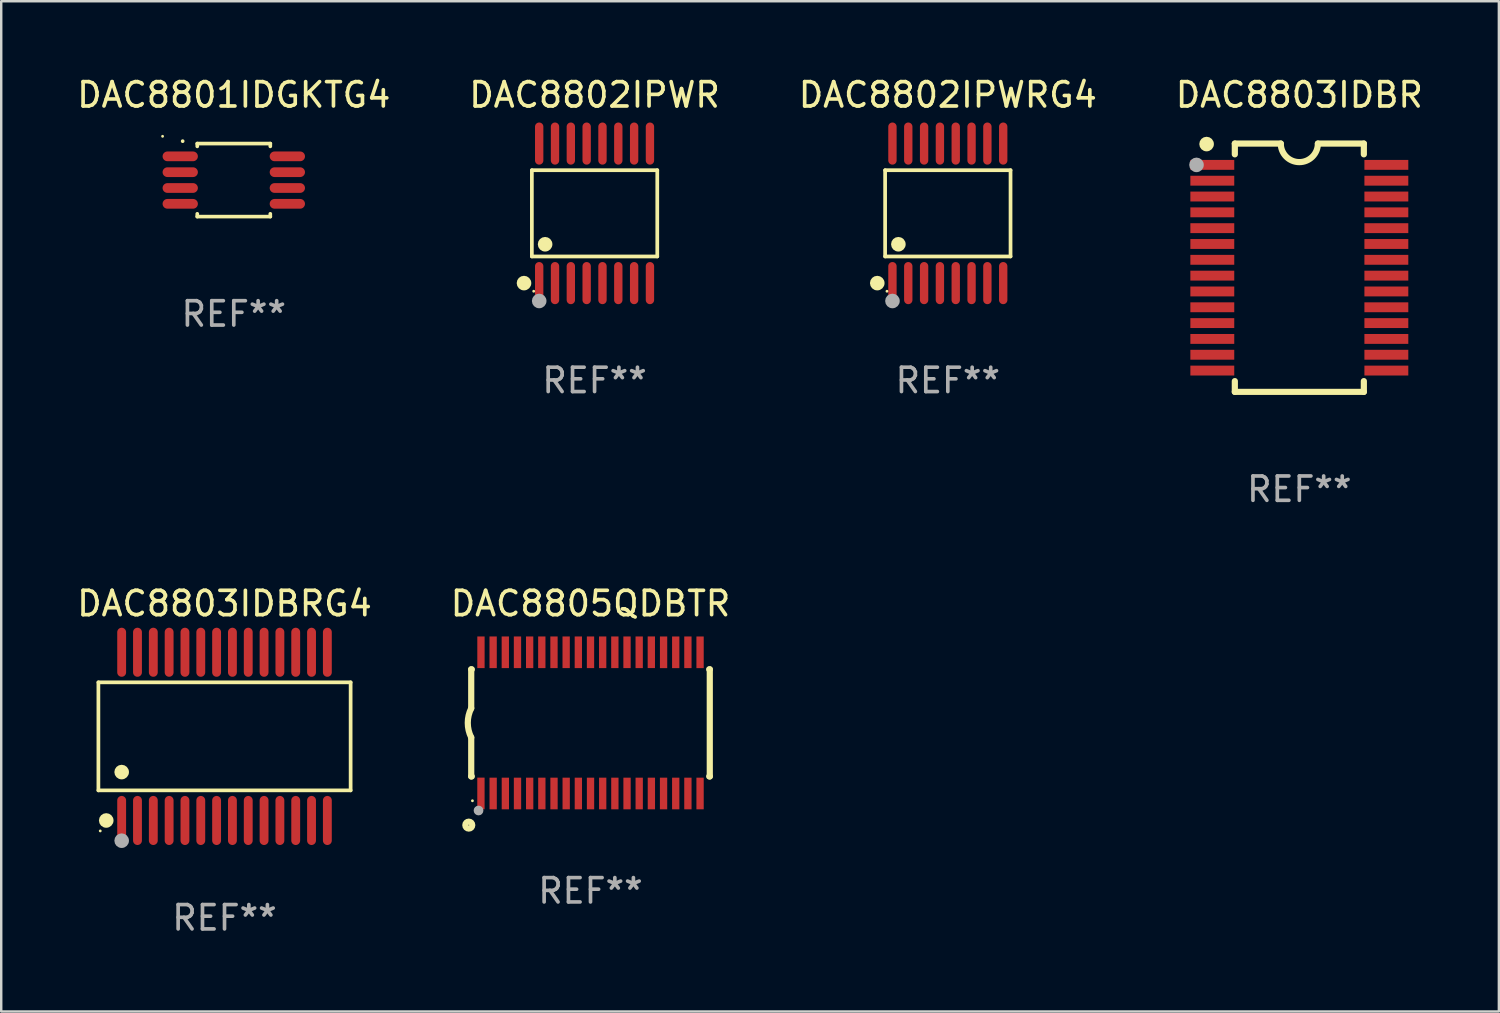
<source format=kicad_pcb>
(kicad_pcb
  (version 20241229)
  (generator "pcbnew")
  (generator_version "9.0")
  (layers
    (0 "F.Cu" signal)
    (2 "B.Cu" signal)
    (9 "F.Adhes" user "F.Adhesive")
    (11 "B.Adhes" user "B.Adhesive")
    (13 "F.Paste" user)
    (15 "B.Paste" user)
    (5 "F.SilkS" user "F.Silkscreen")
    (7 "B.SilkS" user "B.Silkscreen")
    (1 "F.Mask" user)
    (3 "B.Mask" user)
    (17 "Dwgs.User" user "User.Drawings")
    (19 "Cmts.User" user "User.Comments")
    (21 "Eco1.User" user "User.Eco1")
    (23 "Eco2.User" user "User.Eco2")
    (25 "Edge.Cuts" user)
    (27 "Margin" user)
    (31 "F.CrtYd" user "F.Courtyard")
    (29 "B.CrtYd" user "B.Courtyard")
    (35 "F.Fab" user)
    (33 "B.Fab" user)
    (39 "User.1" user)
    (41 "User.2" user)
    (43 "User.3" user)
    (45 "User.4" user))
  (footprint "DAC8803IDBR"
    (layer "F.Cu")
    (at 50.327 7.948)
    (property "Reference" "DAC8803IDBR" (at 0 -7.1 0) (layer "F.SilkS") (effects (font (size 1 1) (thickness 0.15))))
    (attr through_hole)
    (fp_line (start -2.65 -5.1) (end -0.762 -5.1) (stroke (width 0.254) (type solid)) (layer "F.SilkS"))
    (fp_line (start -2.65 -4.658) (end -2.65 -5.1) (stroke (width 0.254) (type solid)) (layer "F.SilkS"))
    (fp_line (start -2.65 5.1) (end -2.65 4.658) (stroke (width 0.254) (type solid)) (layer "F.SilkS"))
    (fp_line (start -2.65 5.1) (end 2.65 5.1) (stroke (width 0.254) (type solid)) (layer "F.SilkS"))
    (fp_line (start 2.65 -5.1) (end 0.762 -5.1) (stroke (width 0.254) (type solid)) (layer "F.SilkS"))
    (fp_line (start 2.65 -5.1) (end 2.65 -4.658) (stroke (width 0.254) (type solid)) (layer "F.SilkS"))
    (fp_line (start 2.65 4.658) (end 2.65 5.1) (stroke (width 0.254) (type solid)) (layer "F.SilkS"))
    (fp_arc (start 0.761925 -5.1) (mid -0.000241 -4.338329) (end -0.762077 -5.10033) (stroke (width 0.254001) (type solid)) (layer "F.SilkS"))
    (fp_circle (center -3.858 -5.07) (end -3.828 -5.07) (stroke (width 0.06) (type solid)) (fill no) (layer "F.SilkS"))
    (fp_circle (center -3.81 -5.08) (end -3.66 -5.08) (stroke (width 0.3) (type solid)) (fill no) (layer "F.SilkS"))
    (fp_circle (center -4.225 -4.225) (end -4.075 -4.225) (stroke (width 0.3) (type solid)) (fill no) (layer "F.Fab"))
    (fp_text user "REF**" (at 0 9.1 0) (layer "F.Fab") (effects (font (size 1 1) (thickness 0.15))))
    (pad "1" smd rect (at -3.575 -4.225) (size 1.803 0.406) (layers "F.Cu" "F.Mask" "F.Paste"))
    (pad "2" smd rect (at -3.575 -3.575) (size 1.803 0.406) (layers "F.Cu" "F.Mask" "F.Paste"))
    (pad "3" smd rect (at -3.575 -2.925) (size 1.803 0.406) (layers "F.Cu" "F.Mask" "F.Paste"))
    (pad "4" smd rect (at -3.575 -2.275) (size 1.803 0.406) (layers "F.Cu" "F.Mask" "F.Paste"))
    (pad "5" smd rect (at -3.575 -1.625) (size 1.803 0.406) (layers "F.Cu" "F.Mask" "F.Paste"))
    (pad "6" smd rect (at -3.575 -0.975) (size 1.803 0.406) (layers "F.Cu" "F.Mask" "F.Paste"))
    (pad "7" smd rect (at -3.575 -0.325) (size 1.803 0.406) (layers "F.Cu" "F.Mask" "F.Paste"))
    (pad "8" smd rect (at -3.575 0.325) (size 1.803 0.406) (layers "F.Cu" "F.Mask" "F.Paste"))
    (pad "9" smd rect (at -3.575 0.975) (size 1.803 0.406) (layers "F.Cu" "F.Mask" "F.Paste"))
    (pad "10" smd rect (at -3.575 1.625) (size 1.803 0.406) (layers "F.Cu" "F.Mask" "F.Paste"))
    (pad "11" smd rect (at -3.575 2.275) (size 1.803 0.406) (layers "F.Cu" "F.Mask" "F.Paste"))
    (pad "12" smd rect (at -3.575 2.925) (size 1.803 0.406) (layers "F.Cu" "F.Mask" "F.Paste"))
    (pad "13" smd rect (at -3.575 3.575) (size 1.803 0.406) (layers "F.Cu" "F.Mask" "F.Paste"))
    (pad "14" smd rect (at -3.575 4.225) (size 1.803 0.406) (layers "F.Cu" "F.Mask" "F.Paste"))
    (pad "15" smd rect (at 3.575 4.225) (size 1.803 0.406) (layers "F.Cu" "F.Mask" "F.Paste"))
    (pad "16" smd rect (at 3.575 3.575) (size 1.803 0.406) (layers "F.Cu" "F.Mask" "F.Paste"))
    (pad "17" smd rect (at 3.575 2.925) (size 1.803 0.406) (layers "F.Cu" "F.Mask" "F.Paste"))
    (pad "18" smd rect (at 3.575 2.275) (size 1.803 0.406) (layers "F.Cu" "F.Mask" "F.Paste"))
    (pad "19" smd rect (at 3.575 1.625) (size 1.803 0.406) (layers "F.Cu" "F.Mask" "F.Paste"))
    (pad "20" smd rect (at 3.575 0.975) (size 1.803 0.406) (layers "F.Cu" "F.Mask" "F.Paste"))
    (pad "21" smd rect (at 3.575 0.325) (size 1.803 0.406) (layers "F.Cu" "F.Mask" "F.Paste"))
    (pad "22" smd rect (at 3.575 -0.325) (size 1.803 0.406) (layers "F.Cu" "F.Mask" "F.Paste"))
    (pad "23" smd rect (at 3.575 -0.975) (size 1.803 0.406) (layers "F.Cu" "F.Mask" "F.Paste"))
    (pad "24" smd rect (at 3.575 -1.625) (size 1.803 0.406) (layers "F.Cu" "F.Mask" "F.Paste"))
    (pad "25" smd rect (at 3.575 -2.275) (size 1.803 0.406) (layers "F.Cu" "F.Mask" "F.Paste"))
    (pad "26" smd rect (at 3.575 -2.925) (size 1.803 0.406) (layers "F.Cu" "F.Mask" "F.Paste"))
    (pad "27" smd rect (at 3.575 -3.575) (size 1.803 0.406) (layers "F.Cu" "F.Mask" "F.Paste"))
    (pad "28" smd rect (at 3.575 -4.225) (size 1.803 0.406) (layers "F.Cu" "F.Mask" "F.Paste")))
  (footprint "DAC8802IPWRG4"
    (layer "F.Cu")
    (at 35.887 5.714)
    (property "Reference" "DAC8802IPWRG4" (at 0 -4.866 0) (layer "F.SilkS") (effects (font (size 1 1) (thickness 0.15))))
    (attr through_hole)
    (fp_line (start -2.576 -1.772) (end 2.576 -1.772) (stroke (width 0.152) (type solid)) (layer "F.SilkS"))
    (fp_line (start -2.576 1.771) (end -2.576 -1.772) (stroke (width 0.152) (type solid)) (layer "F.SilkS"))
    (fp_line (start 2.576 -1.772) (end 2.576 1.771) (stroke (width 0.152) (type solid)) (layer "F.SilkS"))
    (fp_line (start 2.576 1.771) (end -2.576 1.771) (stroke (width 0.152) (type solid)) (layer "F.SilkS"))
    (fp_circle (center -2.899 2.866) (end -2.749 2.866) (stroke (width 0.3) (type solid)) (fill no) (layer "F.SilkS"))
    (fp_circle (center -2.5 3.2) (end -2.47 3.2) (stroke (width 0.06) (type solid)) (fill no) (layer "F.SilkS"))
    (fp_circle (center -2.032 1.27) (end -1.882 1.27) (stroke (width 0.3) (type solid)) (fill no) (layer "F.SilkS"))
    (fp_circle (center -2.275 3.6) (end -2.125 3.6) (stroke (width 0.3) (type solid)) (fill no) (layer "F.Fab"))
    (fp_text user "REF**" (at 0 6.866 0) (layer "F.Fab") (effects (font (size 1 1) (thickness 0.15))))
    (pad "1" smd oval (at -2.275 2.866) (size 0.343 1.731) (layers "F.Cu" "F.Mask" "F.Paste"))
    (pad "2" smd oval (at -1.625 2.866) (size 0.343 1.731) (layers "F.Cu" "F.Mask" "F.Paste"))
    (pad "3" smd oval (at -0.975 2.866) (size 0.343 1.731) (layers "F.Cu" "F.Mask" "F.Paste"))
    (pad "4" smd oval (at -0.325 2.866) (size 0.343 1.731) (layers "F.Cu" "F.Mask" "F.Paste"))
    (pad "5" smd oval (at 0.325 2.866) (size 0.343 1.731) (layers "F.Cu" "F.Mask" "F.Paste"))
    (pad "6" smd oval (at 0.975 2.866) (size 0.343 1.731) (layers "F.Cu" "F.Mask" "F.Paste"))
    (pad "7" smd oval (at 1.625 2.866) (size 0.343 1.731) (layers "F.Cu" "F.Mask" "F.Paste"))
    (pad "8" smd oval (at 2.275 2.866) (size 0.343 1.731) (layers "F.Cu" "F.Mask" "F.Paste"))
    (pad "9" smd oval (at 2.275 -2.866) (size 0.343 1.731) (layers "F.Cu" "F.Mask" "F.Paste"))
    (pad "10" smd oval (at 1.625 -2.866) (size 0.343 1.731) (layers "F.Cu" "F.Mask" "F.Paste"))
    (pad "11" smd oval (at 0.975 -2.866) (size 0.343 1.731) (layers "F.Cu" "F.Mask" "F.Paste"))
    (pad "12" smd oval (at 0.325 -2.866) (size 0.343 1.731) (layers "F.Cu" "F.Mask" "F.Paste"))
    (pad "13" smd oval (at -0.325 -2.866) (size 0.343 1.731) (layers "F.Cu" "F.Mask" "F.Paste"))
    (pad "14" smd oval (at -0.975 -2.866) (size 0.343 1.731) (layers "F.Cu" "F.Mask" "F.Paste"))
    (pad "15" smd oval (at -1.625 -2.866) (size 0.343 1.731) (layers "F.Cu" "F.Mask" "F.Paste"))
    (pad "16" smd oval (at -2.275 -2.866) (size 0.343 1.731) (layers "F.Cu" "F.Mask" "F.Paste")))
  (footprint "DAC8802IPWR"
    (layer "F.Cu")
    (at 21.375 5.714)
    (property "Reference" "DAC8802IPWR" (at 0 -4.866 0) (layer "F.SilkS") (effects (font (size 1 1) (thickness 0.15))))
    (attr through_hole)
    (fp_line (start -2.576 -1.772) (end 2.576 -1.772) (stroke (width 0.152) (type solid)) (layer "F.SilkS"))
    (fp_line (start -2.576 1.771) (end -2.576 -1.772) (stroke (width 0.152) (type solid)) (layer "F.SilkS"))
    (fp_line (start 2.576 -1.772) (end 2.576 1.771) (stroke (width 0.152) (type solid)) (layer "F.SilkS"))
    (fp_line (start 2.576 1.771) (end -2.576 1.771) (stroke (width 0.152) (type solid)) (layer "F.SilkS"))
    (fp_circle (center -2.899 2.866) (end -2.749 2.866) (stroke (width 0.3) (type solid)) (fill no) (layer "F.SilkS"))
    (fp_circle (center -2.5 3.2) (end -2.47 3.2) (stroke (width 0.06) (type solid)) (fill no) (layer "F.SilkS"))
    (fp_circle (center -2.032 1.27) (end -1.882 1.27) (stroke (width 0.3) (type solid)) (fill no) (layer "F.SilkS"))
    (fp_circle (center -2.275 3.6) (end -2.125 3.6) (stroke (width 0.3) (type solid)) (fill no) (layer "F.Fab"))
    (fp_text user "REF**" (at 0 6.866 0) (layer "F.Fab") (effects (font (size 1 1) (thickness 0.15))))
    (pad "1" smd oval (at -2.275 2.866) (size 0.343 1.731) (layers "F.Cu" "F.Mask" "F.Paste"))
    (pad "2" smd oval (at -1.625 2.866) (size 0.343 1.731) (layers "F.Cu" "F.Mask" "F.Paste"))
    (pad "3" smd oval (at -0.975 2.866) (size 0.343 1.731) (layers "F.Cu" "F.Mask" "F.Paste"))
    (pad "4" smd oval (at -0.325 2.866) (size 0.343 1.731) (layers "F.Cu" "F.Mask" "F.Paste"))
    (pad "5" smd oval (at 0.325 2.866) (size 0.343 1.731) (layers "F.Cu" "F.Mask" "F.Paste"))
    (pad "6" smd oval (at 0.975 2.866) (size 0.343 1.731) (layers "F.Cu" "F.Mask" "F.Paste"))
    (pad "7" smd oval (at 1.625 2.866) (size 0.343 1.731) (layers "F.Cu" "F.Mask" "F.Paste"))
    (pad "8" smd oval (at 2.275 2.866) (size 0.343 1.731) (layers "F.Cu" "F.Mask" "F.Paste"))
    (pad "9" smd oval (at 2.275 -2.866) (size 0.343 1.731) (layers "F.Cu" "F.Mask" "F.Paste"))
    (pad "10" smd oval (at 1.625 -2.866) (size 0.343 1.731) (layers "F.Cu" "F.Mask" "F.Paste"))
    (pad "11" smd oval (at 0.975 -2.866) (size 0.343 1.731) (layers "F.Cu" "F.Mask" "F.Paste"))
    (pad "12" smd oval (at 0.325 -2.866) (size 0.343 1.731) (layers "F.Cu" "F.Mask" "F.Paste"))
    (pad "13" smd oval (at -0.325 -2.866) (size 0.343 1.731) (layers "F.Cu" "F.Mask" "F.Paste"))
    (pad "14" smd oval (at -0.975 -2.866) (size 0.343 1.731) (layers "F.Cu" "F.Mask" "F.Paste"))
    (pad "15" smd oval (at -1.625 -2.866) (size 0.343 1.731) (layers "F.Cu" "F.Mask" "F.Paste"))
    (pad "16" smd oval (at -2.275 -2.866) (size 0.343 1.731) (layers "F.Cu" "F.Mask" "F.Paste")))
  (footprint "DAC8801IDGKTG4"
    (layer "F.Cu")
    (at 6.554 4.348)
    (property "Reference" "DAC8801IDGKTG4" (at 0 -3.5 0) (layer "F.SilkS") (effects (font (size 1 1) (thickness 0.15))))
    (attr through_hole)
    (fp_line (start -1.5 -1.5) (end 1.5 -1.5) (stroke (width 0.15) (type solid)) (layer "F.SilkS"))
    (fp_line (start -1.5 -1.385) (end -1.5 -1.5) (stroke (width 0.15) (type solid)) (layer "F.SilkS"))
    (fp_line (start -1.5 1.5) (end -1.5 1.385) (stroke (width 0.15) (type solid)) (layer "F.SilkS"))
    (fp_line (start 1.5 -1.5) (end 1.5 -1.385) (stroke (width 0.15) (type solid)) (layer "F.SilkS"))
    (fp_line (start 1.5 1.385) (end 1.5 1.5) (stroke (width 0.15) (type solid)) (layer "F.SilkS"))
    (fp_line (start 1.5 1.5) (end -1.5 1.5) (stroke (width 0.15) (type solid)) (layer "F.SilkS"))
    (fp_arc (start -2.1 -1.59746) (mid -2.100006 -1.59873) (end -2.1 -1.6) (stroke (width 0.150013) (type solid)) (layer "F.SilkS"))
    (fp_circle (center -2.925 -1.799) (end -2.895 -1.799) (stroke (width 0.06) (type solid)) (fill no) (layer "F.SilkS"))
    (fp_text user "REF**" (at 0 5.5 0) (layer "F.Fab") (effects (font (size 1 1) (thickness 0.15))))
    (pad "1" smd oval (at -2.2 -0.975 180) (size 1.45 0.4) (layers "F.Cu" "F.Mask" "F.Paste"))
    (pad "2" smd oval (at -2.2 -0.325 180) (size 1.45 0.4) (layers "F.Cu" "F.Mask" "F.Paste"))
    (pad "3" smd oval (at -2.2 0.325 180) (size 1.45 0.4) (layers "F.Cu" "F.Mask" "F.Paste"))
    (pad "4" smd oval (at -2.2 0.975 180) (size 1.45 0.4) (layers "F.Cu" "F.Mask" "F.Paste"))
    (pad "5" smd oval (at 2.2 0.975 180) (size 1.45 0.4) (layers "F.Cu" "F.Mask" "F.Paste"))
    (pad "6" smd oval (at 2.2 0.325 180) (size 1.45 0.4) (layers "F.Cu" "F.Mask" "F.Paste"))
    (pad "7" smd oval (at 2.2 -0.325 180) (size 1.45 0.4) (layers "F.Cu" "F.Mask" "F.Paste"))
    (pad "8" smd oval (at 2.2 -0.975 180) (size 1.45 0.4) (layers "F.Cu" "F.Mask" "F.Paste")))
  (footprint "DAC8805QDBTR"
    (layer "F.Cu")
    (at 21.208 26.646)
    (property "Reference" "DAC8805QDBTR" (at 0 -4.901 0) (layer "F.SilkS") (effects (font (size 1 1) (thickness 0.15))))
    (attr through_hole)
    (fp_line (start -4.9 -2.2) (end -4.9 -0.6) (stroke (width 0.254) (type solid)) (layer "F.SilkS"))
    (fp_line (start -4.9 -2.2) (end -4.876 -2.2) (stroke (width 0.254) (type solid)) (layer "F.SilkS"))
    (fp_line (start -4.9 2.2) (end -4.9 0.6) (stroke (width 0.254) (type solid)) (layer "F.SilkS"))
    (fp_line (start -4.9 2.2) (end -4.877 2.2) (stroke (width 0.254) (type solid)) (layer "F.SilkS"))
    (fp_line (start 4.876 -2.2) (end 4.9 -2.2) (stroke (width 0.254) (type solid)) (layer "F.SilkS"))
    (fp_line (start 4.877 2.2) (end 4.9 2.2) (stroke (width 0.254) (type solid)) (layer "F.SilkS"))
    (fp_line (start 4.9 -2.2) (end 4.9 2.2) (stroke (width 0.254) (type solid)) (layer "F.SilkS"))
    (fp_arc (start -4.900051 0.599822) (mid -5.041652 -0.000095) (end -4.9 -0.6) (stroke (width 0.254001) (type solid)) (layer "F.SilkS"))
    (fp_circle (center -5 4.2) (end -4.857 4.2) (stroke (width 0.254) (type solid)) (fill no) (layer "F.SilkS"))
    (fp_circle (center -4.85 3.2) (end -4.82 3.2) (stroke (width 0.06) (type solid)) (fill no) (layer "F.SilkS"))
    (fp_circle (center -4.6 3.6) (end -4.5 3.6) (stroke (width 0.2) (type solid)) (fill no) (layer "F.Fab"))
    (fp_text user "REF**" (at 0 6.901 0) (layer "F.Fab") (effects (font (size 1 1) (thickness 0.15))))
    (pad "1" smd rect (at -4.501 2.899 90) (size 1.3 0.3) (layers "F.Cu" "F.Mask" "F.Paste"))
    (pad "2" smd rect (at -3.999 2.901 90) (size 1.3 0.3) (layers "F.Cu" "F.Mask" "F.Paste"))
    (pad "3" smd rect (at -3.498 2.901 90) (size 1.3 0.3) (layers "F.Cu" "F.Mask" "F.Paste"))
    (pad "4" smd rect (at -2.999 2.901 90) (size 1.3 0.3) (layers "F.Cu" "F.Mask" "F.Paste"))
    (pad "5" smd rect (at -2.499 2.901 90) (size 1.3 0.3) (layers "F.Cu" "F.Mask" "F.Paste"))
    (pad "6" smd rect (at -1.999 2.901 90) (size 1.3 0.3) (layers "F.Cu" "F.Mask" "F.Paste"))
    (pad "7" smd rect (at -1.499 2.901 90) (size 1.3 0.3) (layers "F.Cu" "F.Mask" "F.Paste"))
    (pad "8" smd rect (at -0.999 2.901 90) (size 1.3 0.3) (layers "F.Cu" "F.Mask" "F.Paste"))
    (pad "9" smd rect (at -0.499 2.901 90) (size 1.3 0.3) (layers "F.Cu" "F.Mask" "F.Paste"))
    (pad "10" smd rect (at 0.001 2.901 90) (size 1.3 0.3) (layers "F.Cu" "F.Mask" "F.Paste"))
    (pad "11" smd rect (at 0.501 2.901 90) (size 1.3 0.3) (layers "F.Cu" "F.Mask" "F.Paste"))
    (pad "12" smd rect (at 1.001 2.901 90) (size 1.3 0.3) (layers "F.Cu" "F.Mask" "F.Paste"))
    (pad "13" smd rect (at 1.501 2.901 90) (size 1.3 0.3) (layers "F.Cu" "F.Mask" "F.Paste"))
    (pad "14" smd rect (at 2.001 2.901 90) (size 1.3 0.3) (layers "F.Cu" "F.Mask" "F.Paste"))
    (pad "15" smd rect (at 2.501 2.901 90) (size 1.3 0.3) (layers "F.Cu" "F.Mask" "F.Paste"))
    (pad "16" smd rect (at 3.001 2.901 90) (size 1.3 0.3) (layers "F.Cu" "F.Mask" "F.Paste"))
    (pad "17" smd rect (at 3.501 2.901 90) (size 1.3 0.3) (layers "F.Cu" "F.Mask" "F.Paste"))
    (pad "18" smd rect (at 4.001 2.901 90) (size 1.3 0.3) (layers "F.Cu" "F.Mask" "F.Paste"))
    (pad "19" smd rect (at 4.501 2.901 90) (size 1.3 0.3) (layers "F.Cu" "F.Mask" "F.Paste"))
    (pad "20" smd rect (at 4.501 -2.899 90) (size 1.3 0.3) (layers "F.Cu" "F.Mask" "F.Paste"))
    (pad "21" smd rect (at 4.001 -2.9 90) (size 1.3 0.3) (layers "F.Cu" "F.Mask" "F.Paste"))
    (pad "22" smd rect (at 3.501 -2.899 90) (size 1.3 0.3) (layers "F.Cu" "F.Mask" "F.Paste"))
    (pad "23" smd rect (at 3.002 -2.899 90) (size 1.3 0.3) (layers "F.Cu" "F.Mask" "F.Paste"))
    (pad "24" smd rect (at 2.499 -2.901 90) (size 1.3 0.3) (layers "F.Cu" "F.Mask" "F.Paste"))
    (pad "25" smd rect (at 2 -2.9 90) (size 1.3 0.3) (layers "F.Cu" "F.Mask" "F.Paste"))
    (pad "26" smd rect (at 1.5 -2.9 90) (size 1.3 0.3) (layers "F.Cu" "F.Mask" "F.Paste"))
    (pad "27" smd rect (at 1 -2.9 90) (size 1.3 0.3) (layers "F.Cu" "F.Mask" "F.Paste"))
    (pad "28" smd rect (at 0.5 -2.9 90) (size 1.3 0.3) (layers "F.Cu" "F.Mask" "F.Paste"))
    (pad "29" smd rect (at 0.000127 -2.9 90) (size 1.3 0.3) (layers "F.Cu" "F.Mask" "F.Paste"))
    (pad "30" smd rect (at -0.5 -2.9 90) (size 1.3 0.3) (layers "F.Cu" "F.Mask" "F.Paste"))
    (pad "31" smd rect (at -1 -2.9 90) (size 1.3 0.3) (layers "F.Cu" "F.Mask" "F.Paste"))
    (pad "32" smd rect (at -1.5 -2.9 90) (size 1.3 0.3) (layers "F.Cu" "F.Mask" "F.Paste"))
    (pad "33" smd rect (at -2 -2.9 90) (size 1.3 0.3) (layers "F.Cu" "F.Mask" "F.Paste"))
    (pad "34" smd rect (at -2.5 -2.9 90) (size 1.3 0.3) (layers "F.Cu" "F.Mask" "F.Paste"))
    (pad "35" smd rect (at -3 -2.9 90) (size 1.3 0.3) (layers "F.Cu" "F.Mask" "F.Paste"))
    (pad "36" smd rect (at -3.5 -2.9 90) (size 1.3 0.3) (layers "F.Cu" "F.Mask" "F.Paste"))
    (pad "37" smd rect (at -4 -2.9 90) (size 1.3 0.3) (layers "F.Cu" "F.Mask" "F.Paste"))
    (pad "38" smd rect (at -4.5 -2.9 90) (size 1.3 0.3) (layers "F.Cu" "F.Mask" "F.Paste")))
  (footprint "DAC8803IDBRG4"
    (layer "F.Cu")
    (at 6.173 27.2)
    (property "Reference" "DAC8803IDBRG4" (at 0 -5.455 0) (layer "F.SilkS") (effects (font (size 1 1) (thickness 0.15))))
    (attr through_hole)
    (fp_line (start -5.181 -2.219) (end 5.181 -2.219) (stroke (width 0.152) (type solid)) (layer "F.SilkS"))
    (fp_line (start -5.181 2.219) (end -5.181 -2.219) (stroke (width 0.152) (type solid)) (layer "F.SilkS"))
    (fp_line (start 5.181 -2.219) (end 5.181 2.219) (stroke (width 0.152) (type solid)) (layer "F.SilkS"))
    (fp_line (start 5.181 2.219) (end -5.181 2.219) (stroke (width 0.152) (type solid)) (layer "F.SilkS"))
    (fp_circle (center -5.105 3.885) (end -5.075 3.885) (stroke (width 0.06) (type solid)) (fill no) (layer "F.SilkS"))
    (fp_circle (center -4.859 3.455) (end -4.709 3.455) (stroke (width 0.3) (type solid)) (fill no) (layer "F.SilkS"))
    (fp_circle (center -4.225 1.467) (end -4.075 1.467) (stroke (width 0.3) (type solid)) (fill no) (layer "F.SilkS"))
    (fp_circle (center -4.225 4.285) (end -4.075 4.285) (stroke (width 0.3) (type solid)) (fill no) (layer "F.Fab"))
    (fp_text user "REF**" (at 0 7.455 0) (layer "F.Fab") (effects (font (size 1 1) (thickness 0.15))))
    (pad "1" smd oval (at -4.225 3.455) (size 0.364 2.015) (layers "F.Cu" "F.Mask" "F.Paste"))
    (pad "2" smd oval (at -3.575 3.455) (size 0.364 2.015) (layers "F.Cu" "F.Mask" "F.Paste"))
    (pad "3" smd oval (at -2.925 3.455) (size 0.364 2.015) (layers "F.Cu" "F.Mask" "F.Paste"))
    (pad "4" smd oval (at -2.275 3.455) (size 0.364 2.015) (layers "F.Cu" "F.Mask" "F.Paste"))
    (pad "5" smd oval (at -1.625 3.455) (size 0.364 2.015) (layers "F.Cu" "F.Mask" "F.Paste"))
    (pad "6" smd oval (at -0.975 3.455) (size 0.364 2.015) (layers "F.Cu" "F.Mask" "F.Paste"))
    (pad "7" smd oval (at -0.325 3.455) (size 0.364 2.015) (layers "F.Cu" "F.Mask" "F.Paste"))
    (pad "8" smd oval (at 0.325 3.455) (size 0.364 2.015) (layers "F.Cu" "F.Mask" "F.Paste"))
    (pad "9" smd oval (at 0.975 3.455) (size 0.364 2.015) (layers "F.Cu" "F.Mask" "F.Paste"))
    (pad "10" smd oval (at 1.625 3.455) (size 0.364 2.015) (layers "F.Cu" "F.Mask" "F.Paste"))
    (pad "11" smd oval (at 2.275 3.455) (size 0.364 2.015) (layers "F.Cu" "F.Mask" "F.Paste"))
    (pad "12" smd oval (at 2.925 3.455) (size 0.364 2.015) (layers "F.Cu" "F.Mask" "F.Paste"))
    (pad "13" smd oval (at 3.575 3.455) (size 0.364 2.015) (layers "F.Cu" "F.Mask" "F.Paste"))
    (pad "14" smd oval (at 4.225 3.455) (size 0.364 2.015) (layers "F.Cu" "F.Mask" "F.Paste"))
    (pad "15" smd oval (at 4.225 -3.455) (size 0.364 2.015) (layers "F.Cu" "F.Mask" "F.Paste"))
    (pad "16" smd oval (at 3.575 -3.455) (size 0.364 2.015) (layers "F.Cu" "F.Mask" "F.Paste"))
    (pad "17" smd oval (at 2.925 -3.455) (size 0.364 2.015) (layers "F.Cu" "F.Mask" "F.Paste"))
    (pad "18" smd oval (at 2.275 -3.455) (size 0.364 2.015) (layers "F.Cu" "F.Mask" "F.Paste"))
    (pad "19" smd oval (at 1.625 -3.455) (size 0.364 2.015) (layers "F.Cu" "F.Mask" "F.Paste"))
    (pad "20" smd oval (at 0.975 -3.455) (size 0.364 2.015) (layers "F.Cu" "F.Mask" "F.Paste"))
    (pad "21" smd oval (at 0.325 -3.455) (size 0.364 2.015) (layers "F.Cu" "F.Mask" "F.Paste"))
    (pad "22" smd oval (at -0.325 -3.455) (size 0.364 2.015) (layers "F.Cu" "F.Mask" "F.Paste"))
    (pad "23" smd oval (at -0.975 -3.455) (size 0.364 2.015) (layers "F.Cu" "F.Mask" "F.Paste"))
    (pad "24" smd oval (at -1.625 -3.455) (size 0.364 2.015) (layers "F.Cu" "F.Mask" "F.Paste"))
    (pad "25" smd oval (at -2.275 -3.455) (size 0.364 2.015) (layers "F.Cu" "F.Mask" "F.Paste"))
    (pad "26" smd oval (at -2.925 -3.455) (size 0.364 2.015) (layers "F.Cu" "F.Mask" "F.Paste"))
    (pad "27" smd oval (at -3.575 -3.455) (size 0.364 2.015) (layers "F.Cu" "F.Mask" "F.Paste"))
    (pad "28" smd oval (at -4.225 -3.455) (size 0.364 2.015) (layers "F.Cu" "F.Mask" "F.Paste")))
  (gr_rect
    (start -3 -3)
    (end 58.524 38.503)
    (stroke (width 0.1) (type default))
    (fill no)
    (layer "Edge.Cuts")))
</source>
